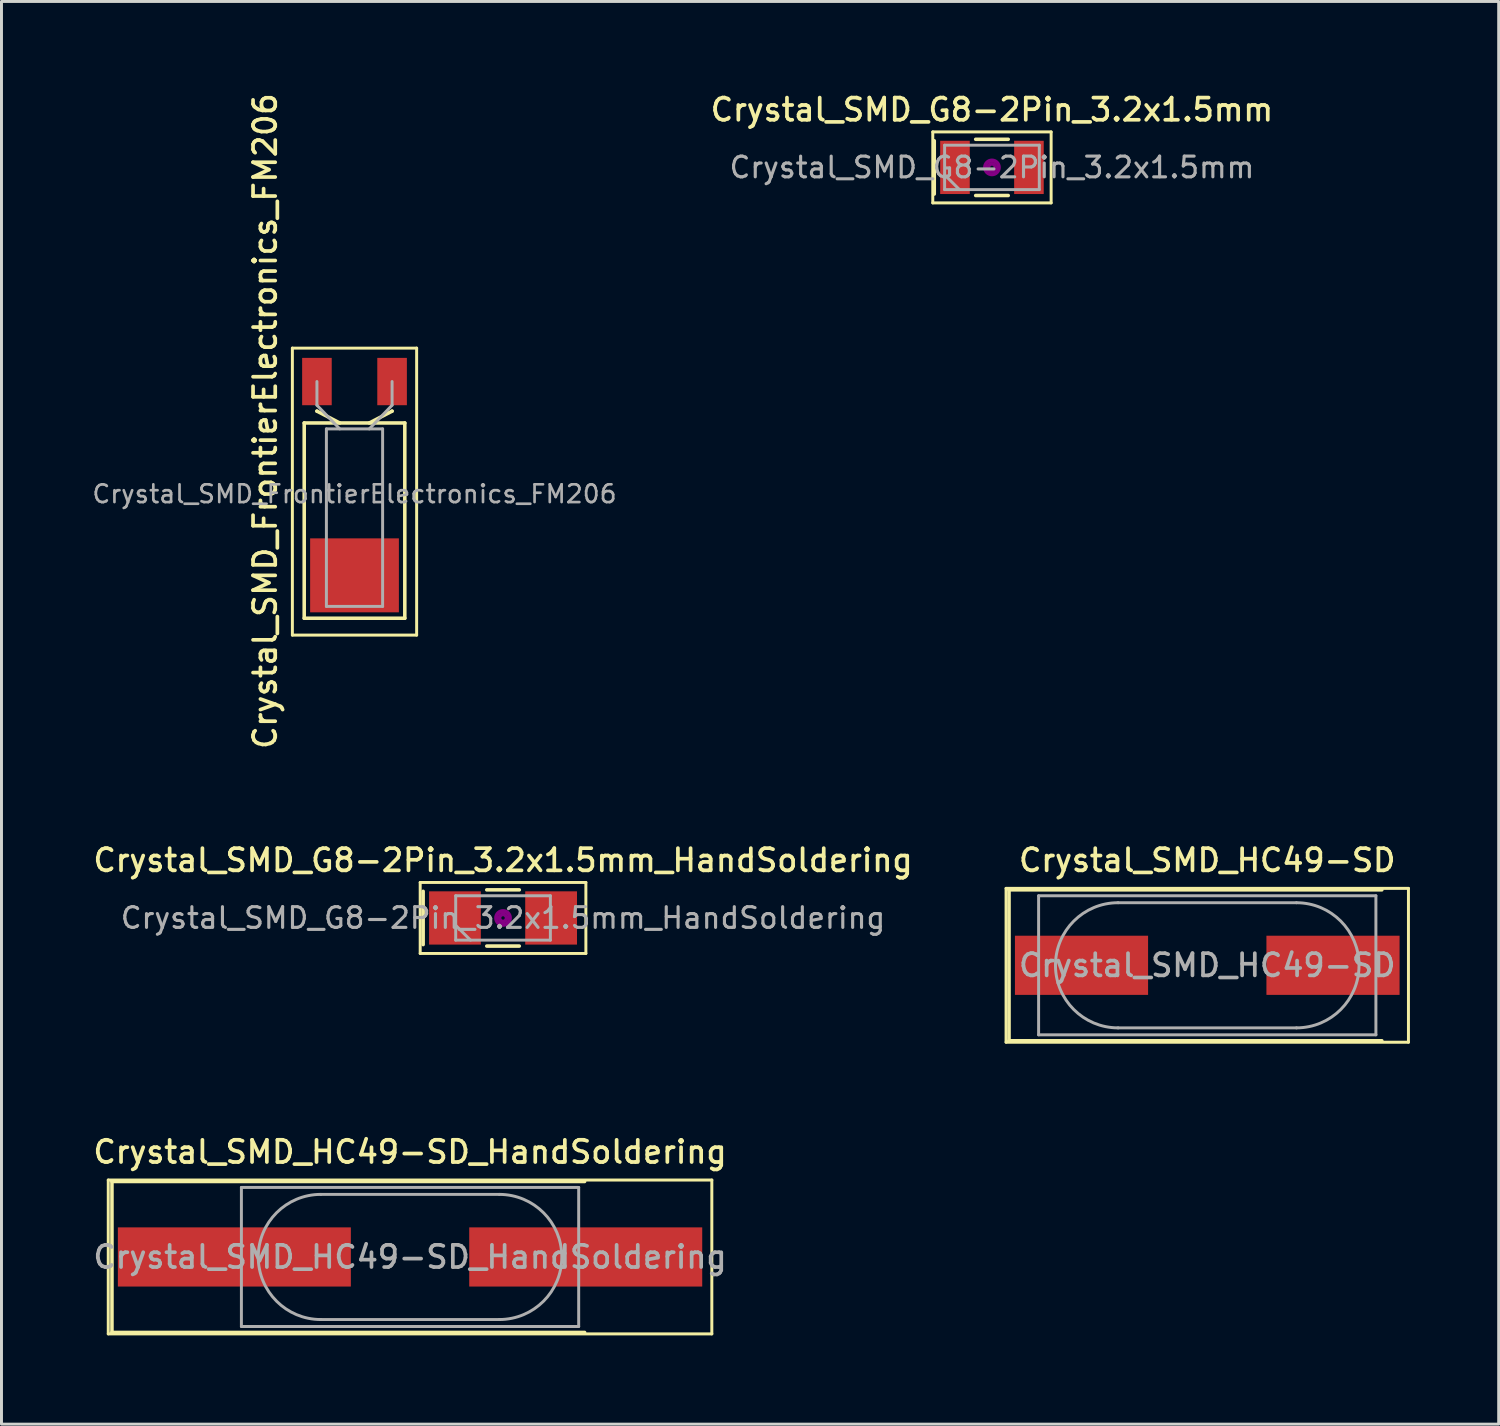
<source format=kicad_pcb>
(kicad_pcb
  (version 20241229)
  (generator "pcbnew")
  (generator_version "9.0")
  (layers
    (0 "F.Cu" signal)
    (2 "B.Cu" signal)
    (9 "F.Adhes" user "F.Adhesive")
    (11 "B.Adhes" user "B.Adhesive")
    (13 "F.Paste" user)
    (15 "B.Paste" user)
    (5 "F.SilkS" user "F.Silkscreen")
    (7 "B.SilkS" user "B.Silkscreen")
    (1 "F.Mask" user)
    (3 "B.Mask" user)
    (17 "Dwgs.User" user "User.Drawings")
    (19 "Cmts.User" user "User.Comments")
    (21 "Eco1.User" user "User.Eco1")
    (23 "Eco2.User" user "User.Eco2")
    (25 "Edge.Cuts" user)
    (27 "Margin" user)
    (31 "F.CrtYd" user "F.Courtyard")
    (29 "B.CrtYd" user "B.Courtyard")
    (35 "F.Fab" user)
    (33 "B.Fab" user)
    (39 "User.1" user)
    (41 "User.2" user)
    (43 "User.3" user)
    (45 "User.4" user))
  (footprint "Crystal_SMD_HC49-SD"
    (layer "F.Cu")
    (at 37.754 29.576)
    (property "Reference" "Crystal_SMD_HC49-SD" (at 0 -3.55 0) (layer "F.SilkS") (effects (font (size 0.75 0.75) (thickness 0.125))))
    (attr smd)
    (fp_line (start -6.8 -2.6) (end -6.8 2.6) (stroke (width 0.1) (type solid)) (layer "F.SilkS"))
    (fp_line (start -6.8 2.6) (end 6.8 2.6) (stroke (width 0.1) (type solid)) (layer "F.SilkS"))
    (fp_line (start -6.7 -2.55) (end -6.7 2.55) (stroke (width 0.12) (type solid)) (layer "F.SilkS"))
    (fp_line (start -6.7 2.55) (end 5.9 2.55) (stroke (width 0.12) (type solid)) (layer "F.SilkS"))
    (fp_line (start 5.9 -2.55) (end -6.7 -2.55) (stroke (width 0.12) (type solid)) (layer "F.SilkS"))
    (fp_line (start 6.8 -2.6) (end -6.8 -2.6) (stroke (width 0.1) (type solid)) (layer "F.SilkS"))
    (fp_line (start 6.8 2.6) (end 6.8 -2.6) (stroke (width 0.1) (type solid)) (layer "F.SilkS"))
    (fp_line (start -5.7 -2.35) (end -5.7 2.35) (stroke (width 0.1) (type solid)) (layer "F.Fab"))
    (fp_line (start -5.7 2.35) (end 5.7 2.35) (stroke (width 0.1) (type solid)) (layer "F.Fab"))
    (fp_line (start -3.015 -2.115) (end 3.015 -2.115) (stroke (width 0.1) (type solid)) (layer "F.Fab"))
    (fp_line (start -3.015 2.115) (end 3.015 2.115) (stroke (width 0.1) (type solid)) (layer "F.Fab"))
    (fp_line (start 5.7 -2.35) (end -5.7 -2.35) (stroke (width 0.1) (type solid)) (layer "F.Fab"))
    (fp_line (start 5.7 2.35) (end 5.7 -2.35) (stroke (width 0.1) (type solid)) (layer "F.Fab"))
    (fp_arc (start -3.015 2.115) (mid -5.13 0) (end -3.015 -2.115) (stroke (width 0.1) (type solid)) (layer "F.Fab"))
    (fp_arc (start 3.015 -2.115) (mid 5.13 0) (end 3.015 2.115) (stroke (width 0.1) (type solid)) (layer "F.Fab"))
    (fp_text user "${REFERENCE}" (at 0 0 0) (layer "F.Fab") (effects (font (size 0.75 0.75) (thickness 0.125))))
    (pad "1" smd rect (at -4.25 0) (size 4.5 2) (layers "F.Cu" "F.Mask" "F.Paste"))
    (pad "2" smd rect (at 4.25 0) (size 4.5 2) (layers "F.Cu" "F.Mask" "F.Paste")))
  (footprint "Crystal_SMD_G8-2Pin_3.2x1.5mm_HandSoldering"
    (layer "F.Cu")
    (at 13.952 27.976)
    (property "Reference" "Crystal_SMD_G8-2Pin_3.2x1.5mm_HandSoldering" (at 0 -1.95 0) (layer "F.SilkS") (effects (font (size 0.75 0.75) (thickness 0.125))))
    (attr smd)
    (fp_line (start -2.8 -1.2) (end -2.8 1.2) (stroke (width 0.1) (type solid)) (layer "F.SilkS"))
    (fp_line (start -2.8 1.2) (end 2.8 1.2) (stroke (width 0.1) (type solid)) (layer "F.SilkS"))
    (fp_line (start -2.7 -0.9) (end -2.7 0.9) (stroke (width 0.12) (type solid)) (layer "F.SilkS"))
    (fp_line (start -0.55 -0.95) (end 0.55 -0.95) (stroke (width 0.12) (type solid)) (layer "F.SilkS"))
    (fp_line (start -0.55 0.95) (end 0.55 0.95) (stroke (width 0.12) (type solid)) (layer "F.SilkS"))
    (fp_line (start 2.8 -1.2) (end -2.8 -1.2) (stroke (width 0.1) (type solid)) (layer "F.SilkS"))
    (fp_line (start 2.8 1.2) (end 2.8 -1.2) (stroke (width 0.1) (type solid)) (layer "F.SilkS"))
    (fp_circle (center 0 0) (end 0.058 0) (stroke (width 0.117) (type solid)) (fill no) (layer "F.Adhes"))
    (fp_circle (center 0 0) (end 0.133 0) (stroke (width 0.083) (type solid)) (fill no) (layer "F.Adhes"))
    (fp_circle (center 0 0) (end 0.208 0) (stroke (width 0.083) (type solid)) (fill no) (layer "F.Adhes"))
    (fp_circle (center 0 0) (end 0.25 0) (stroke (width 0.1) (type solid)) (fill no) (layer "F.Adhes"))
    (fp_line (start -1.6 -0.75) (end -1.6 0.75) (stroke (width 0.1) (type solid)) (layer "F.Fab"))
    (fp_line (start -1.6 0.25) (end -1.1 0.75) (stroke (width 0.1) (type solid)) (layer "F.Fab"))
    (fp_line (start -1.6 0.75) (end 1.6 0.75) (stroke (width 0.1) (type solid)) (layer "F.Fab"))
    (fp_line (start 1.6 -0.75) (end -1.6 -0.75) (stroke (width 0.1) (type solid)) (layer "F.Fab"))
    (fp_line (start 1.6 0.75) (end 1.6 -0.75) (stroke (width 0.1) (type solid)) (layer "F.Fab"))
    (fp_text user "${REFERENCE}" (at 0 0 0) (layer "F.Fab") (effects (font (size 0.7 0.7) (thickness 0.105))))
    (pad "1" smd rect (at -1.625 0) (size 1.75 1.8) (layers "F.Cu" "F.Mask" "F.Paste"))
    (pad "2" smd rect (at 1.625 0) (size 1.75 1.8) (layers "F.Cu" "F.Mask" "F.Paste")))
  (footprint "Crystal_SMD_FrontierElectronics_FM206"
    (layer "F.Cu")
    (at 8.932 13.346)
    (property "Reference" "Crystal_SMD_FrontierElectronics_FM206" (at -3.02 -2.163 90) (layer "F.SilkS") (effects (font (size 0.75 0.75) (thickness 0.125))))
    (attr smd)
    (fp_line (start -2.1 -4.63) (end -2.1 5.07) (stroke (width 0.1) (type solid)) (layer "F.SilkS"))
    (fp_line (start -2.1 5.07) (end 2.1 5.07) (stroke (width 0.1) (type solid)) (layer "F.SilkS"))
    (fp_line (start -1.7 -2.1) (end -1.7 4.5) (stroke (width 0.12) (type solid)) (layer "F.SilkS"))
    (fp_line (start -1.7 4.5) (end 1.7 4.5) (stroke (width 0.12) (type solid)) (layer "F.SilkS"))
    (fp_line (start -1.27 -2.5) (end -1.27 -2.5) (stroke (width 0.12) (type solid)) (layer "F.SilkS"))
    (fp_line (start -0.5 -2.1) (end -1.27 -2.5) (stroke (width 0.12) (type solid)) (layer "F.SilkS"))
    (fp_line (start 0.5 -2.1) (end 1.27 -2.5) (stroke (width 0.12) (type solid)) (layer "F.SilkS"))
    (fp_line (start 1.27 -2.5) (end 1.27 -2.5) (stroke (width 0.12) (type solid)) (layer "F.SilkS"))
    (fp_line (start 1.7 -2.1) (end -1.7 -2.1) (stroke (width 0.12) (type solid)) (layer "F.SilkS"))
    (fp_line (start 1.7 4.5) (end 1.7 -2.1) (stroke (width 0.12) (type solid)) (layer "F.SilkS"))
    (fp_line (start 2.1 -4.63) (end -2.1 -4.63) (stroke (width 0.1) (type solid)) (layer "F.SilkS"))
    (fp_line (start 2.1 5.07) (end 2.1 -4.63) (stroke (width 0.1) (type solid)) (layer "F.SilkS"))
    (fp_line (start -1.27 -2.7) (end -1.27 -3.5) (stroke (width 0.1) (type solid)) (layer "F.Fab"))
    (fp_line (start -0.95 -1.9) (end -0.95 4.1) (stroke (width 0.1) (type solid)) (layer "F.Fab"))
    (fp_line (start -0.95 4.1) (end 0.95 4.1) (stroke (width 0.1) (type solid)) (layer "F.Fab"))
    (fp_line (start -0.5 -1.9) (end -1.27 -2.7) (stroke (width 0.1) (type solid)) (layer "F.Fab"))
    (fp_line (start 0.5 -1.9) (end 1.27 -2.7) (stroke (width 0.1) (type solid)) (layer "F.Fab"))
    (fp_line (start 0.95 -1.9) (end -0.95 -1.9) (stroke (width 0.1) (type solid)) (layer "F.Fab"))
    (fp_line (start 0.95 4.1) (end 0.95 -1.9) (stroke (width 0.1) (type solid)) (layer "F.Fab"))
    (fp_line (start 1.27 -2.7) (end 1.27 -3.5) (stroke (width 0.1) (type solid)) (layer "F.Fab"))
    (fp_text user "${REFERENCE}" (at 0 0.3 0) (layer "F.Fab") (effects (font (size 0.6 0.6) (thickness 0.09))))
    (pad "1" smd rect (at -1.27 -3.5) (size 1 1.6) (layers "F.Cu" "F.Mask" "F.Paste"))
    (pad "2" smd rect (at 1.27 -3.5) (size 1 1.6) (layers "F.Cu" "F.Mask" "F.Paste"))
    (pad "3" smd rect (at 0 3.05) (size 3 2.5) (layers "F.Cu" "F.Mask" "F.Paste")))
  (footprint "Crystal_SMD_HC49-SD_HandSoldering"
    (layer "F.Cu")
    (at 10.809 39.434)
    (property "Reference" "Crystal_SMD_HC49-SD_HandSoldering" (at 0 -3.55 0) (layer "F.SilkS") (effects (font (size 0.75 0.75) (thickness 0.125))))
    (attr smd)
    (fp_line (start -10.2 -2.6) (end -10.2 2.6) (stroke (width 0.1) (type solid)) (layer "F.SilkS"))
    (fp_line (start -10.2 2.6) (end 10.2 2.6) (stroke (width 0.1) (type solid)) (layer "F.SilkS"))
    (fp_line (start -10.075 -2.55) (end -10.075 2.55) (stroke (width 0.12) (type solid)) (layer "F.SilkS"))
    (fp_line (start -10.075 2.55) (end 5.9 2.55) (stroke (width 0.12) (type solid)) (layer "F.SilkS"))
    (fp_line (start 5.9 -2.55) (end -10.075 -2.55) (stroke (width 0.12) (type solid)) (layer "F.SilkS"))
    (fp_line (start 10.2 -2.6) (end -10.2 -2.6) (stroke (width 0.1) (type solid)) (layer "F.SilkS"))
    (fp_line (start 10.2 2.6) (end 10.2 -2.6) (stroke (width 0.1) (type solid)) (layer "F.SilkS"))
    (fp_line (start -5.7 -2.35) (end -5.7 2.35) (stroke (width 0.1) (type solid)) (layer "F.Fab"))
    (fp_line (start -5.7 2.35) (end 5.7 2.35) (stroke (width 0.1) (type solid)) (layer "F.Fab"))
    (fp_line (start -3.015 -2.115) (end 3.015 -2.115) (stroke (width 0.1) (type solid)) (layer "F.Fab"))
    (fp_line (start -3.015 2.115) (end 3.015 2.115) (stroke (width 0.1) (type solid)) (layer "F.Fab"))
    (fp_line (start 5.7 -2.35) (end -5.7 -2.35) (stroke (width 0.1) (type solid)) (layer "F.Fab"))
    (fp_line (start 5.7 2.35) (end 5.7 -2.35) (stroke (width 0.1) (type solid)) (layer "F.Fab"))
    (fp_arc (start -3.015 2.115) (mid -5.13 0) (end -3.015 -2.115) (stroke (width 0.1) (type solid)) (layer "F.Fab"))
    (fp_arc (start 3.015 -2.115) (mid 5.13 0) (end 3.015 2.115) (stroke (width 0.1) (type solid)) (layer "F.Fab"))
    (fp_text user "${REFERENCE}" (at 0 0 0) (layer "F.Fab") (effects (font (size 0.75 0.75) (thickness 0.125))))
    (pad "1" smd rect (at -5.938 0) (size 7.875 2) (layers "F.Cu" "F.Mask" "F.Paste"))
    (pad "2" smd rect (at 5.938 0) (size 7.875 2) (layers "F.Cu" "F.Mask" "F.Paste")))
  (footprint "Crystal_SMD_G8-2Pin_3.2x1.5mm"
    (layer "F.Cu")
    (at 30.477 2.608)
    (property "Reference" "Crystal_SMD_G8-2Pin_3.2x1.5mm" (at 0 -1.95 0) (layer "F.SilkS") (effects (font (size 0.75 0.75) (thickness 0.125))))
    (attr smd)
    (fp_line (start -2 -1.2) (end -2 1.2) (stroke (width 0.1) (type solid)) (layer "F.SilkS"))
    (fp_line (start -2 1.2) (end 2 1.2) (stroke (width 0.1) (type solid)) (layer "F.SilkS"))
    (fp_line (start -1.95 -0.9) (end -1.95 0.9) (stroke (width 0.12) (type solid)) (layer "F.SilkS"))
    (fp_line (start -0.55 -0.95) (end 0.55 -0.95) (stroke (width 0.12) (type solid)) (layer "F.SilkS"))
    (fp_line (start -0.55 0.95) (end 0.55 0.95) (stroke (width 0.12) (type solid)) (layer "F.SilkS"))
    (fp_line (start 2 -1.2) (end -2 -1.2) (stroke (width 0.1) (type solid)) (layer "F.SilkS"))
    (fp_line (start 2 1.2) (end 2 -1.2) (stroke (width 0.1) (type solid)) (layer "F.SilkS"))
    (fp_circle (center 0 0) (end 0.058 0) (stroke (width 0.117) (type solid)) (fill no) (layer "F.Adhes"))
    (fp_circle (center 0 0) (end 0.133 0) (stroke (width 0.083) (type solid)) (fill no) (layer "F.Adhes"))
    (fp_circle (center 0 0) (end 0.208 0) (stroke (width 0.083) (type solid)) (fill no) (layer "F.Adhes"))
    (fp_circle (center 0 0) (end 0.25 0) (stroke (width 0.1) (type solid)) (fill no) (layer "F.Adhes"))
    (fp_line (start -1.6 -0.75) (end -1.6 0.75) (stroke (width 0.1) (type solid)) (layer "F.Fab"))
    (fp_line (start -1.6 0.25) (end -1.1 0.75) (stroke (width 0.1) (type solid)) (layer "F.Fab"))
    (fp_line (start -1.6 0.75) (end 1.6 0.75) (stroke (width 0.1) (type solid)) (layer "F.Fab"))
    (fp_line (start 1.6 -0.75) (end -1.6 -0.75) (stroke (width 0.1) (type solid)) (layer "F.Fab"))
    (fp_line (start 1.6 0.75) (end 1.6 -0.75) (stroke (width 0.1) (type solid)) (layer "F.Fab"))
    (fp_text user "${REFERENCE}" (at 0 0 0) (layer "F.Fab") (effects (font (size 0.7 0.7) (thickness 0.105))))
    (pad "1" smd rect (at -1.25 0) (size 1 1.8) (layers "F.Cu" "F.Mask" "F.Paste"))
    (pad "2" smd rect (at 1.25 0) (size 1 1.8) (layers "F.Cu" "F.Mask" "F.Paste")))
  (gr_rect
    (start -3 -3)
    (end 47.604 45.084)
    (stroke (width 0.1) (type default))
    (fill no)
    (layer "Edge.Cuts")))
</source>
